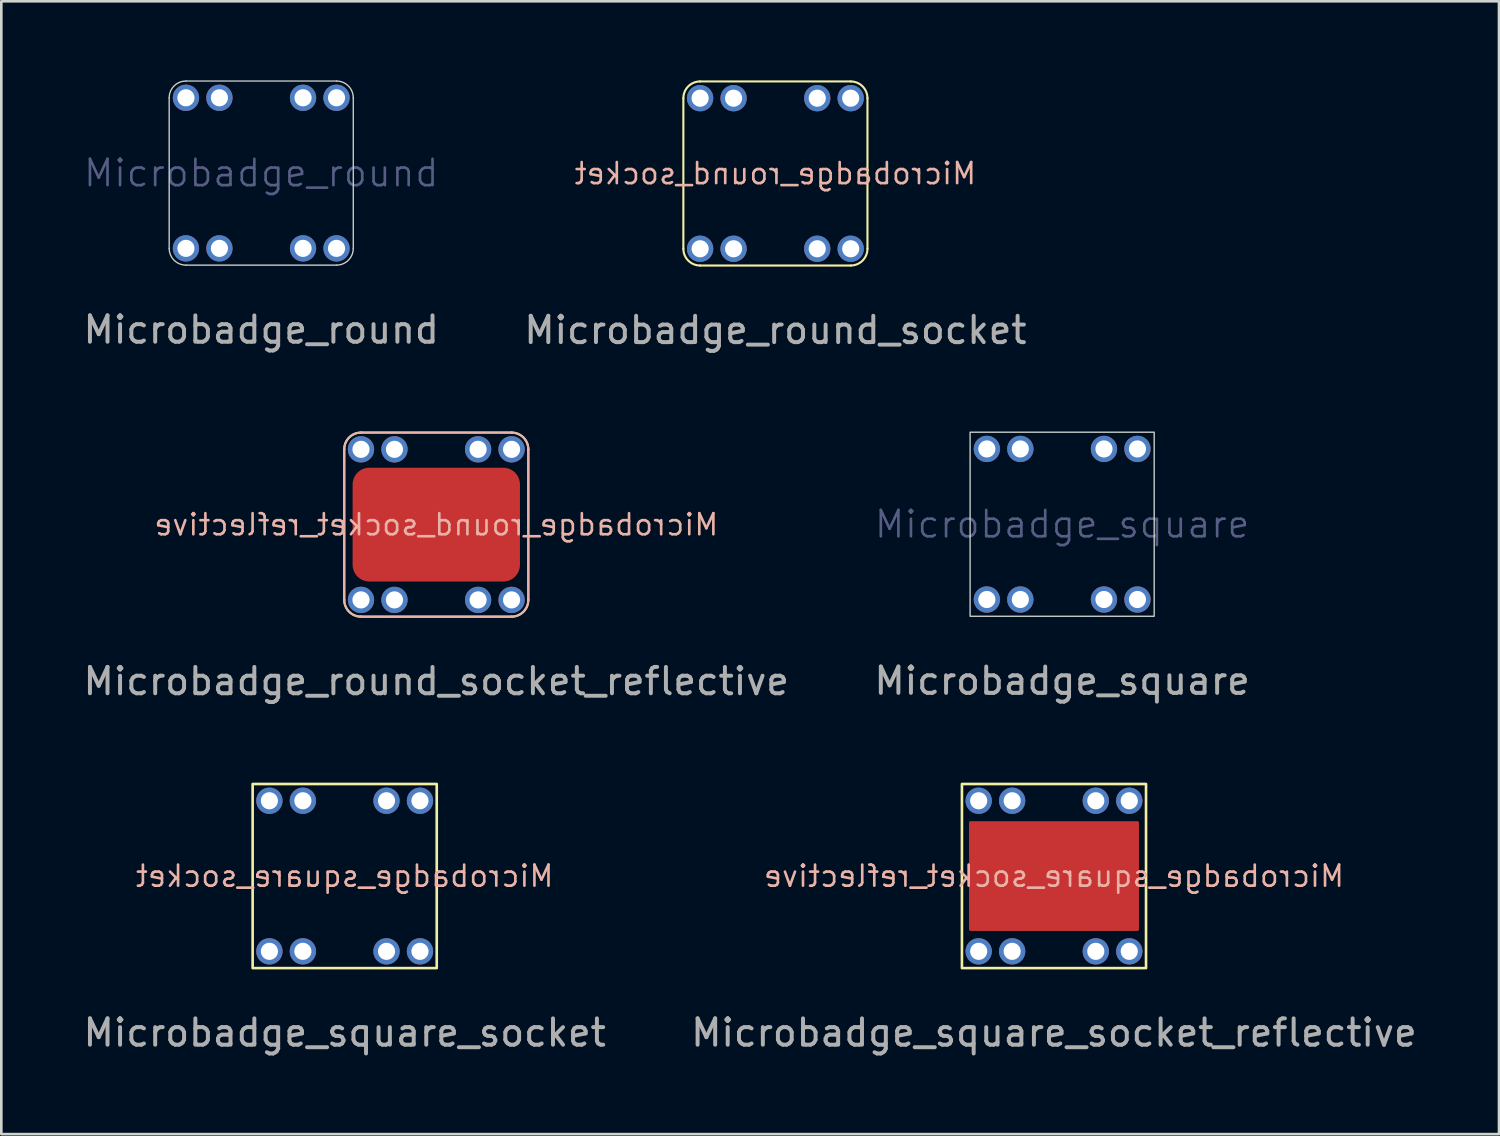
<source format=kicad_pcb>
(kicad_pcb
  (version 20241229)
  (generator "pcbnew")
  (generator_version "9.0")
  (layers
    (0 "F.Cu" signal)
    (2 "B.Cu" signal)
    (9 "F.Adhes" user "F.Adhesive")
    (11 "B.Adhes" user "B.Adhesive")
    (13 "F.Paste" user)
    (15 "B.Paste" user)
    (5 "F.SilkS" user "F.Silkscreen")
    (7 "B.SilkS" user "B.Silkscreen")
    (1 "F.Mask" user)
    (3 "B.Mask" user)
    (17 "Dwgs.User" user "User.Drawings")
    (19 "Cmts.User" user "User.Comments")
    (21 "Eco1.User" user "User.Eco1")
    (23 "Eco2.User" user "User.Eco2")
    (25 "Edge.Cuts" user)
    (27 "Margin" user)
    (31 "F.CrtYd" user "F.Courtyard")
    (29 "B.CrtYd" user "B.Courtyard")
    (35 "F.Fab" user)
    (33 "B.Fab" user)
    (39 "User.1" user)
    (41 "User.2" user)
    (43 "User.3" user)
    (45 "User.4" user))
  (footprint "Microbadge_round_socket_reflective"
    (layer "F.Cu")
    (at 13.506 16.858)
    (property "Reference" "Microbadge_round_socket_reflective" (at 0 0 0) (unlocked yes) (layer "B.SilkS") (effects (font (size 0.8 0.8) (thickness 0.1)) (justify mirror)))
    (fp_poly (pts (arc (start -3.175 1.524) (mid -2.989013 1.973013) (end -2.54 2.159)) (arc (start 2.54 2.159) (mid 2.989013 1.973013) (end 3.175 1.524)) (arc (start 3.175 -1.524) (mid 2.989013 -1.973013) (end 2.54 -2.159)) (arc (start -2.54 -2.159) (mid -2.989013 -1.973013) (end -3.175 -1.524))) (stroke (width 0) (type solid)) (fill yes) (layer "F.Cu"))
    (fp_poly (pts (arc (start -3.175 1.524) (mid -2.989013 1.973013) (end -2.54 2.159)) (arc (start 2.54 2.159) (mid 2.989013 1.973013) (end 3.175 1.524)) (arc (start 3.175 -1.524) (mid 2.989013 -1.973013) (end 2.54 -2.159)) (arc (start -2.54 -2.159) (mid -2.989013 -1.973013) (end -3.175 -1.524))) (stroke (width 0) (type solid)) (fill yes) (layer "F.Mask"))
    (fp_line (start -3.493 2.857) (end -3.493 -2.857) (stroke (width 0.08) (type default)) (layer "F.SilkS"))
    (fp_line (start -2.857 -3.493) (end 2.857 -3.493) (stroke (width 0.08) (type default)) (layer "F.SilkS"))
    (fp_line (start 2.857 3.493) (end -2.857 3.493) (stroke (width 0.08) (type default)) (layer "F.SilkS"))
    (fp_line (start 3.493 -2.857) (end 3.493 2.857) (stroke (width 0.08) (type default)) (layer "F.SilkS"))
    (fp_arc (start -3.4925 -2.8575) (mid -3.306513 -3.306513) (end -2.8575 -3.4925) (stroke (width 0.08) (type default)) (layer "F.SilkS"))
    (fp_arc (start -2.8575 3.4925) (mid -3.306513 3.306513) (end -3.4925 2.8575) (stroke (width 0.08) (type default)) (layer "F.SilkS"))
    (fp_arc (start 2.8575 -3.4925) (mid 3.306513 -3.306513) (end 3.4925 -2.8575) (stroke (width 0.08) (type default)) (layer "F.SilkS"))
    (fp_arc (start 3.4925 2.8575) (mid 3.306513 3.306513) (end 2.8575 3.4925) (stroke (width 0.08) (type default)) (layer "F.SilkS"))
    (fp_line (start -3.493 2.857) (end -3.493 -2.857) (stroke (width 0.08) (type default)) (layer "B.SilkS"))
    (fp_line (start -2.857 -3.493) (end 2.857 -3.493) (stroke (width 0.08) (type default)) (layer "B.SilkS"))
    (fp_line (start 2.857 3.493) (end -2.857 3.493) (stroke (width 0.08) (type default)) (layer "B.SilkS"))
    (fp_line (start 3.493 -2.857) (end 3.493 2.857) (stroke (width 0.08) (type default)) (layer "B.SilkS"))
    (fp_arc (start -3.4925 -2.8575) (mid -3.306513 -3.306513) (end -2.8575 -3.4925) (stroke (width 0.08) (type default)) (layer "B.SilkS"))
    (fp_arc (start -2.8575 3.4925) (mid -3.306513 3.306513) (end -3.4925 2.8575) (stroke (width 0.08) (type default)) (layer "B.SilkS"))
    (fp_arc (start 2.8575 -3.4925) (mid 3.306513 -3.306513) (end 3.4925 -2.8575) (stroke (width 0.08) (type default)) (layer "B.SilkS"))
    (fp_arc (start 3.4925 2.8575) (mid 3.306513 3.306513) (end 2.8575 3.4925) (stroke (width 0.08) (type default)) (layer "B.SilkS"))
    (fp_text user "${REFERENCE}" (at 0 5.945 0) (unlocked yes) (layer "F.Fab") (effects (font (size 1 1) (thickness 0.15))))
    (pad "1" thru_hole circle (at -2.857 -2.857 90) (size 1 1) (drill 0.65) (layers "*.Cu" "*.Mask"))
    (pad "2" thru_hole oval (at -1.587 -2.857 90) (size 1 1) (drill 0.65) (layers "*.Cu" "*.Mask"))
    (pad "3" thru_hole oval (at 1.587 -2.857 90) (size 1 1) (drill 0.65) (layers "*.Cu" "*.Mask"))
    (pad "4" thru_hole oval (at 2.857 -2.857 90) (size 1 1) (drill 0.65) (layers "*.Cu" "*.Mask"))
    (pad "5" thru_hole circle (at -2.857 2.857 90) (size 1 1) (drill 0.65) (layers "*.Cu" "*.Mask"))
    (pad "6" thru_hole oval (at -1.587 2.857 90) (size 1 1) (drill 0.65) (layers "*.Cu" "*.Mask"))
    (pad "7" thru_hole oval (at 1.587 2.857 90) (size 1 1) (drill 0.65) (layers "*.Cu" "*.Mask"))
    (pad "8" thru_hole oval (at 2.857 2.857 90) (size 1 1) (drill 0.65) (layers "*.Cu" "*.Mask")))
  (footprint "Microbadge_square_socket_reflective"
    (layer "F.Cu")
    (at 36.946 30.194)
    (property "Reference" "Microbadge_square_socket_reflective" (at 0 0 0) (unlocked yes) (layer "B.SilkS") (effects (font (size 0.8 0.8) (thickness 0.1)) (justify mirror)))
    (fp_rect (start -3.175 -2.032) (end 3.175 2.032) (stroke (width 0.1) (type default)) (fill yes) (layer "F.Cu"))
    (fp_rect (start -3.175 -2.032) (end 3.175 2.032) (stroke (width 0.1) (type default)) (fill yes) (layer "F.Mask"))
    (fp_rect (start -3.493 -3.493) (end 3.493 3.493) (stroke (width 0.1) (type default)) (fill no) (layer "F.SilkS"))
    (fp_text user "${REFERENCE}" (at 0 5.945 0) (unlocked yes) (layer "F.Fab") (effects (font (size 1 1) (thickness 0.15))))
    (pad "1" thru_hole circle (at -2.857 -2.857 90) (size 1 1) (drill 0.65) (layers "*.Cu" "*.Mask"))
    (pad "2" thru_hole oval (at -1.587 -2.857 90) (size 1 1) (drill 0.65) (layers "*.Cu" "*.Mask"))
    (pad "3" thru_hole oval (at 1.587 -2.857 90) (size 1 1) (drill 0.65) (layers "*.Cu" "*.Mask"))
    (pad "4" thru_hole oval (at 2.857 -2.857 90) (size 1 1) (drill 0.65) (layers "*.Cu" "*.Mask"))
    (pad "5" thru_hole circle (at -2.857 2.857 90) (size 1 1) (drill 0.65) (layers "*.Cu" "*.Mask"))
    (pad "6" thru_hole oval (at -1.587 2.857 90) (size 1 1) (drill 0.65) (layers "*.Cu" "*.Mask"))
    (pad "7" thru_hole oval (at 1.587 2.857 90) (size 1 1) (drill 0.65) (layers "*.Cu" "*.Mask"))
    (pad "8" thru_hole oval (at 2.857 2.857 90) (size 1 1) (drill 0.65) (layers "*.Cu" "*.Mask")))
  (footprint "Microbadge_square_socket"
    (layer "F.Cu")
    (at 10.03 30.194)
    (property "Reference" "Microbadge_square_socket" (at 0 0 0) (unlocked yes) (layer "B.SilkS") (effects (font (size 0.8 0.8) (thickness 0.1)) (justify mirror)))
    (fp_rect (start -3.493 -3.493) (end 3.493 3.493) (stroke (width 0.1) (type default)) (fill no) (layer "F.SilkS"))
    (fp_text user "${REFERENCE}" (at 0 5.945 0) (unlocked yes) (layer "F.Fab") (effects (font (size 1 1) (thickness 0.15))))
    (pad "1" thru_hole circle (at -2.857 -2.857 90) (size 1 1) (drill 0.65) (layers "*.Cu" "*.Mask"))
    (pad "2" thru_hole oval (at -1.587 -2.857 90) (size 1 1) (drill 0.65) (layers "*.Cu" "*.Mask"))
    (pad "3" thru_hole oval (at 1.587 -2.857 90) (size 1 1) (drill 0.65) (layers "*.Cu" "*.Mask"))
    (pad "4" thru_hole oval (at 2.857 -2.857 90) (size 1 1) (drill 0.65) (layers "*.Cu" "*.Mask"))
    (pad "5" thru_hole circle (at -2.857 2.857 90) (size 1 1) (drill 0.65) (layers "*.Cu" "*.Mask"))
    (pad "6" thru_hole oval (at -1.587 2.857 90) (size 1 1) (drill 0.65) (layers "*.Cu" "*.Mask"))
    (pad "7" thru_hole oval (at 1.587 2.857 90) (size 1 1) (drill 0.65) (layers "*.Cu" "*.Mask"))
    (pad "8" thru_hole oval (at 2.857 2.857 90) (size 1 1) (drill 0.65) (layers "*.Cu" "*.Mask")))
  (footprint "Microbadge_round"
    (layer "F.Cu")
    (at 6.863 3.518)
    (property "Reference" "Microbadge_round" (at 0 0 0) (unlocked yes) (layer "B.Fab") (effects (font (size 1 1) (thickness 0.1))))
    (fp_line (start -3.493 2.857) (end -3.493 -2.857) (stroke (width 0.05) (type default)) (layer "Edge.Cuts"))
    (fp_line (start -2.857 -3.493) (end 2.857 -3.493) (stroke (width 0.05) (type default)) (layer "Edge.Cuts"))
    (fp_line (start 2.857 3.493) (end -2.857 3.493) (stroke (width 0.05) (type default)) (layer "Edge.Cuts"))
    (fp_line (start 3.493 -2.857) (end 3.493 2.857) (stroke (width 0.05) (type default)) (layer "Edge.Cuts"))
    (fp_arc (start -3.4925 -2.8575) (mid -3.306513 -3.306513) (end -2.8575 -3.4925) (stroke (width 0.05) (type default)) (layer "Edge.Cuts"))
    (fp_arc (start -2.8575 3.4925) (mid -3.306513 3.306513) (end -3.4925 2.8575) (stroke (width 0.05) (type default)) (layer "Edge.Cuts"))
    (fp_arc (start 2.8575 -3.4925) (mid 3.306513 -3.306513) (end 3.4925 -2.8575) (stroke (width 0.05) (type default)) (layer "Edge.Cuts"))
    (fp_arc (start 3.4925 2.8575) (mid 3.306513 3.306513) (end 2.8575 3.4925) (stroke (width 0.05) (type default)) (layer "Edge.Cuts"))
    (fp_line (start -3.493 2.857) (end -3.493 -2.857) (stroke (width 0.05) (type default)) (layer "Margin"))
    (fp_line (start -2.857 -3.493) (end 2.857 -3.493) (stroke (width 0.05) (type default)) (layer "Margin"))
    (fp_line (start 2.857 3.493) (end -2.857 3.493) (stroke (width 0.05) (type default)) (layer "Margin"))
    (fp_line (start 3.493 -2.857) (end 3.493 2.857) (stroke (width 0.05) (type default)) (layer "Margin"))
    (fp_arc (start -3.4925 -2.8575) (mid -3.306513 -3.306513) (end -2.8575 -3.4925) (stroke (width 0.05) (type default)) (layer "Margin"))
    (fp_arc (start -2.8575 3.4925) (mid -3.306513 3.306513) (end -3.4925 2.8575) (stroke (width 0.05) (type default)) (layer "Margin"))
    (fp_arc (start 2.8575 -3.4925) (mid 3.306513 -3.306513) (end 3.4925 -2.8575) (stroke (width 0.05) (type default)) (layer "Margin"))
    (fp_arc (start 3.4925 2.8575) (mid 3.306513 3.306513) (end 2.8575 3.4925) (stroke (width 0.05) (type default)) (layer "Margin"))
    (fp_text user "${REFERENCE}" (at 0 5.945 0) (unlocked yes) (layer "F.Fab") (effects (font (size 1 1) (thickness 0.15))))
    (pad "1" thru_hole circle (at -2.857 -2.857 90) (size 1 1) (drill 0.65) (layers "*.Cu" "*.Mask"))
    (pad "2" thru_hole oval (at -1.587 -2.857 90) (size 1 1) (drill 0.65) (layers "*.Cu" "*.Mask"))
    (pad "3" thru_hole oval (at 1.587 -2.857 90) (size 1 1) (drill 0.65) (layers "*.Cu" "*.Mask"))
    (pad "4" thru_hole oval (at 2.857 -2.857 90) (size 1 1) (drill 0.65) (layers "*.Cu" "*.Mask"))
    (pad "5" thru_hole circle (at -2.857 2.857 90) (size 1 1) (drill 0.65) (layers "*.Cu" "*.Mask"))
    (pad "6" thru_hole oval (at -1.587 2.857 90) (size 1 1) (drill 0.65) (layers "*.Cu" "*.Mask"))
    (pad "7" thru_hole oval (at 1.587 2.857 90) (size 1 1) (drill 0.65) (layers "*.Cu" "*.Mask"))
    (pad "8" thru_hole oval (at 2.857 2.857 90) (size 1 1) (drill 0.65) (layers "*.Cu" "*.Mask")))
  (footprint "Microbadge_square"
    (layer "F.Cu")
    (at 37.256 16.843)
    (property "Reference" "Microbadge_square" (at 0 0 0) (unlocked yes) (layer "B.Fab") (effects (font (size 1 1) (thickness 0.1))))
    (fp_rect (start -3.493 -3.493) (end 3.493 3.493) (stroke (width 0.05) (type default)) (fill no) (layer "Edge.Cuts"))
    (fp_rect (start -3.493 -3.493) (end 3.493 3.493) (stroke (width 0.05) (type default)) (fill no) (layer "Margin"))
    (fp_text user "${REFERENCE}" (at 0 5.945 0) (unlocked yes) (layer "F.Fab") (effects (font (size 1 1) (thickness 0.15))))
    (pad "1" thru_hole circle (at -2.857 -2.857 90) (size 1 1) (drill 0.65) (layers "*.Cu" "*.Mask"))
    (pad "2" thru_hole oval (at -1.587 -2.857 90) (size 1 1) (drill 0.65) (layers "*.Cu" "*.Mask"))
    (pad "3" thru_hole oval (at 1.587 -2.857 90) (size 1 1) (drill 0.65) (layers "*.Cu" "*.Mask"))
    (pad "4" thru_hole oval (at 2.857 -2.857 90) (size 1 1) (drill 0.65) (layers "*.Cu" "*.Mask"))
    (pad "5" thru_hole circle (at -2.857 2.857 90) (size 1 1) (drill 0.65) (layers "*.Cu" "*.Mask"))
    (pad "6" thru_hole oval (at -1.587 2.857 90) (size 1 1) (drill 0.65) (layers "*.Cu" "*.Mask"))
    (pad "7" thru_hole oval (at 1.587 2.857 90) (size 1 1) (drill 0.65) (layers "*.Cu" "*.Mask"))
    (pad "8" thru_hole oval (at 2.857 2.857 90) (size 1 1) (drill 0.65) (layers "*.Cu" "*.Mask")))
  (footprint "Microbadge_round_socket"
    (layer "F.Cu")
    (at 26.375 3.533)
    (property "Reference" "Microbadge_round_socket" (at 0 0 0) (unlocked yes) (layer "B.SilkS") (effects (font (size 0.8 0.8) (thickness 0.1)) (justify mirror)))
    (fp_line (start -3.493 2.857) (end -3.493 -2.857) (stroke (width 0.08) (type default)) (layer "F.SilkS"))
    (fp_line (start -2.857 -3.493) (end 2.857 -3.493) (stroke (width 0.08) (type default)) (layer "F.SilkS"))
    (fp_line (start 2.857 3.493) (end -2.857 3.493) (stroke (width 0.08) (type default)) (layer "F.SilkS"))
    (fp_line (start 3.493 -2.857) (end 3.493 2.857) (stroke (width 0.08) (type default)) (layer "F.SilkS"))
    (fp_arc (start -3.4925 -2.8575) (mid -3.306513 -3.306513) (end -2.8575 -3.4925) (stroke (width 0.08) (type default)) (layer "F.SilkS"))
    (fp_arc (start -2.8575 3.4925) (mid -3.306513 3.306513) (end -3.4925 2.8575) (stroke (width 0.08) (type default)) (layer "F.SilkS"))
    (fp_arc (start 2.8575 -3.4925) (mid 3.306513 -3.306513) (end 3.4925 -2.8575) (stroke (width 0.08) (type default)) (layer "F.SilkS"))
    (fp_arc (start 3.4925 2.8575) (mid 3.306513 3.306513) (end 2.8575 3.4925) (stroke (width 0.08) (type default)) (layer "F.SilkS"))
    (fp_text user "${REFERENCE}" (at 0 5.945 0) (unlocked yes) (layer "F.Fab") (effects (font (size 1 1) (thickness 0.15))))
    (pad "1" thru_hole circle (at -2.857 -2.857 90) (size 1 1) (drill 0.65) (layers "*.Cu" "*.Mask"))
    (pad "2" thru_hole oval (at -1.587 -2.857 90) (size 1 1) (drill 0.65) (layers "*.Cu" "*.Mask"))
    (pad "3" thru_hole oval (at 1.587 -2.857 90) (size 1 1) (drill 0.65) (layers "*.Cu" "*.Mask"))
    (pad "4" thru_hole oval (at 2.857 -2.857 90) (size 1 1) (drill 0.65) (layers "*.Cu" "*.Mask"))
    (pad "5" thru_hole circle (at -2.857 2.857 90) (size 1 1) (drill 0.65) (layers "*.Cu" "*.Mask"))
    (pad "6" thru_hole oval (at -1.587 2.857 90) (size 1 1) (drill 0.65) (layers "*.Cu" "*.Mask"))
    (pad "7" thru_hole oval (at 1.587 2.857 90) (size 1 1) (drill 0.65) (layers "*.Cu" "*.Mask"))
    (pad "8" thru_hole oval (at 2.857 2.857 90) (size 1 1) (drill 0.65) (layers "*.Cu" "*.Mask")))
  (gr_rect
    (start -3 -3)
    (end 53.833 39.987)
    (stroke (width 0.1) (type default))
    (fill no)
    (layer "Edge.Cuts")))
</source>
